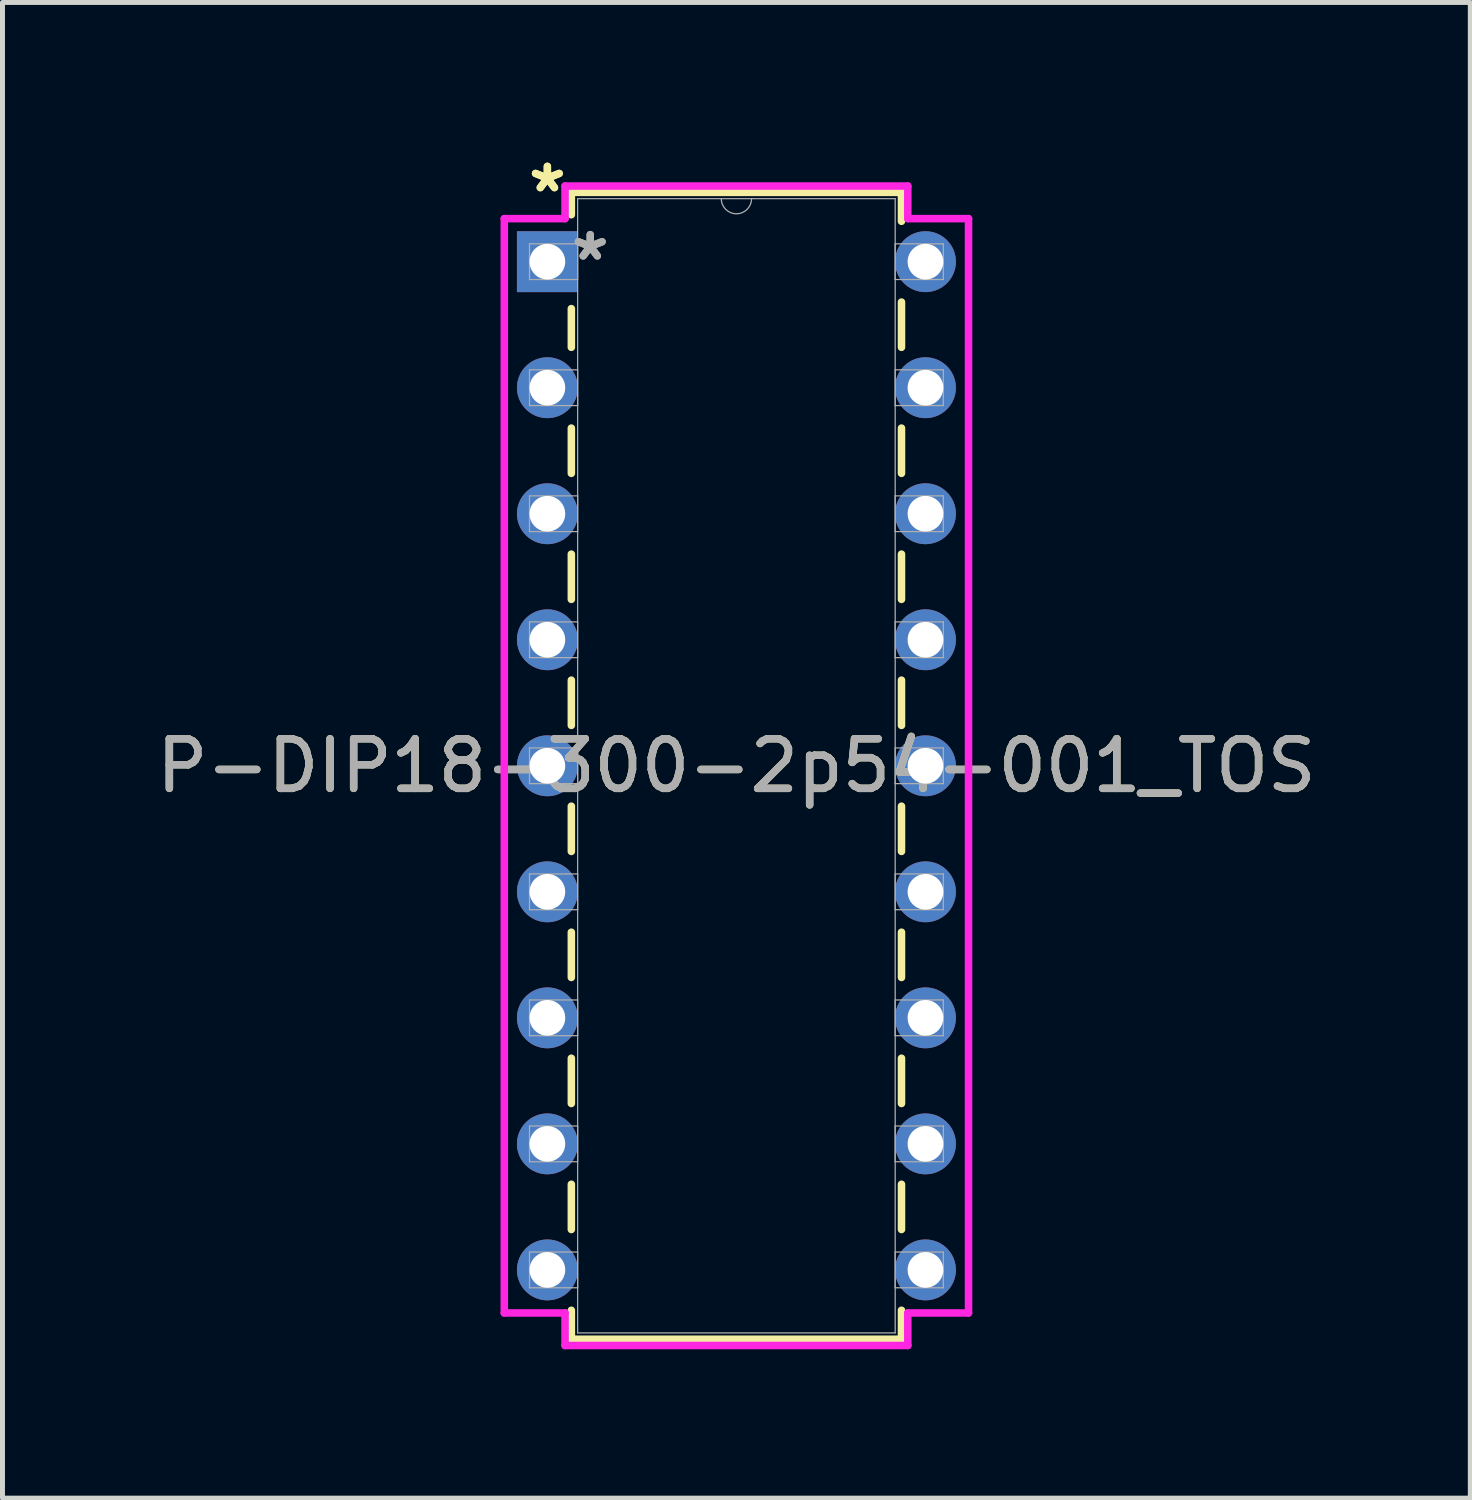
<source format=kicad_pcb>
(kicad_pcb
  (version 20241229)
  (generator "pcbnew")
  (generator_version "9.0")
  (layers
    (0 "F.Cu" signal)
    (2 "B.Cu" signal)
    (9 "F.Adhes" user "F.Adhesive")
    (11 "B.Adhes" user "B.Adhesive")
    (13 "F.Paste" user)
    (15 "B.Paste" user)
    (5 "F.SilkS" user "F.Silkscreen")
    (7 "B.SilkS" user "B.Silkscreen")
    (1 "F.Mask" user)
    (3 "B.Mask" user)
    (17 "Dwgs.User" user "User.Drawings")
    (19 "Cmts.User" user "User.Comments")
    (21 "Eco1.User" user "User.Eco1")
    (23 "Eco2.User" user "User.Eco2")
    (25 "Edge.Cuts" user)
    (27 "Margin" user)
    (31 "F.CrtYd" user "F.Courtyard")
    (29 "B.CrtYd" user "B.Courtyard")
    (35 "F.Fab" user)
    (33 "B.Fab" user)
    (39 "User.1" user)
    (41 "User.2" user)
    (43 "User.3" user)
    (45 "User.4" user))
  (footprint "P-DIP18-300-2p54-001_TOS"
    (layer "F.Cu")
    (at 7.982 2.224)
    (property "Reference" "P-DIP18-300-2p54-001_TOS" (at 3.81 10.16 0) (unlocked yes) (layer "F.SilkS") (effects (font (size 1 1) (thickness 0.15))))
    (attr through_hole)
    (fp_line (start 0.483 -1.397) (end 0.483 -0.946) (stroke (width 0.152) (type solid)) (layer "F.SilkS"))
    (fp_line (start 0.483 0.946) (end 0.483 1.726) (stroke (width 0.152) (type solid)) (layer "F.SilkS"))
    (fp_line (start 0.483 3.354) (end 0.483 4.266) (stroke (width 0.152) (type solid)) (layer "F.SilkS"))
    (fp_line (start 0.483 5.894) (end 0.483 6.806) (stroke (width 0.152) (type solid)) (layer "F.SilkS"))
    (fp_line (start 0.483 8.434) (end 0.483 9.346) (stroke (width 0.152) (type solid)) (layer "F.SilkS"))
    (fp_line (start 0.483 10.974) (end 0.483 11.886) (stroke (width 0.152) (type solid)) (layer "F.SilkS"))
    (fp_line (start 0.483 13.514) (end 0.483 14.426) (stroke (width 0.152) (type solid)) (layer "F.SilkS"))
    (fp_line (start 0.483 16.054) (end 0.483 16.966) (stroke (width 0.152) (type solid)) (layer "F.SilkS"))
    (fp_line (start 0.483 18.594) (end 0.483 19.506) (stroke (width 0.152) (type solid)) (layer "F.SilkS"))
    (fp_line (start 0.483 21.134) (end 0.483 21.717) (stroke (width 0.152) (type solid)) (layer "F.SilkS"))
    (fp_line (start 0.483 21.717) (end 7.137 21.717) (stroke (width 0.152) (type solid)) (layer "F.SilkS"))
    (fp_line (start 7.137 -1.397) (end 0.483 -1.397) (stroke (width 0.152) (type solid)) (layer "F.SilkS"))
    (fp_line (start 7.137 -0.814) (end 7.137 -1.397) (stroke (width 0.152) (type solid)) (layer "F.SilkS"))
    (fp_line (start 7.137 1.726) (end 7.137 0.814) (stroke (width 0.152) (type solid)) (layer "F.SilkS"))
    (fp_line (start 7.137 4.266) (end 7.137 3.354) (stroke (width 0.152) (type solid)) (layer "F.SilkS"))
    (fp_line (start 7.137 6.806) (end 7.137 5.894) (stroke (width 0.152) (type solid)) (layer "F.SilkS"))
    (fp_line (start 7.137 9.346) (end 7.137 8.434) (stroke (width 0.152) (type solid)) (layer "F.SilkS"))
    (fp_line (start 7.137 11.886) (end 7.137 10.974) (stroke (width 0.152) (type solid)) (layer "F.SilkS"))
    (fp_line (start 7.137 14.426) (end 7.137 13.514) (stroke (width 0.152) (type solid)) (layer "F.SilkS"))
    (fp_line (start 7.137 16.966) (end 7.137 16.054) (stroke (width 0.152) (type solid)) (layer "F.SilkS"))
    (fp_line (start 7.137 19.506) (end 7.137 18.594) (stroke (width 0.152) (type solid)) (layer "F.SilkS"))
    (fp_line (start 7.137 21.717) (end 7.137 21.134) (stroke (width 0.152) (type solid)) (layer "F.SilkS"))
    (fp_line (start -0.868 -0.868) (end 0.356 -0.868) (stroke (width 0.152) (type solid)) (layer "F.CrtYd"))
    (fp_line (start -0.868 21.188) (end -0.868 -0.868) (stroke (width 0.152) (type solid)) (layer "F.CrtYd"))
    (fp_line (start 0.356 -1.524) (end 7.264 -1.524) (stroke (width 0.152) (type solid)) (layer "F.CrtYd"))
    (fp_line (start 0.356 -0.868) (end 0.356 -1.524) (stroke (width 0.152) (type solid)) (layer "F.CrtYd"))
    (fp_line (start 0.356 21.188) (end -0.868 21.188) (stroke (width 0.152) (type solid)) (layer "F.CrtYd"))
    (fp_line (start 0.356 21.844) (end 0.356 21.188) (stroke (width 0.152) (type solid)) (layer "F.CrtYd"))
    (fp_line (start 7.264 -1.524) (end 7.264 -0.868) (stroke (width 0.152) (type solid)) (layer "F.CrtYd"))
    (fp_line (start 7.264 21.188) (end 7.264 21.844) (stroke (width 0.152) (type solid)) (layer "F.CrtYd"))
    (fp_line (start 7.264 21.844) (end 0.356 21.844) (stroke (width 0.152) (type solid)) (layer "F.CrtYd"))
    (fp_line (start 8.488 -0.868) (end 7.264 -0.868) (stroke (width 0.152) (type solid)) (layer "F.CrtYd"))
    (fp_line (start 8.488 -0.868) (end 8.488 21.188) (stroke (width 0.152) (type solid)) (layer "F.CrtYd"))
    (fp_line (start 8.488 21.188) (end 7.264 21.188) (stroke (width 0.152) (type solid)) (layer "F.CrtYd"))
    (fp_line (start -0.36 -0.36) (end -0.36 0.36) (stroke (width 0.025) (type solid)) (layer "F.Fab"))
    (fp_line (start -0.36 0.36) (end 0.61 0.36) (stroke (width 0.025) (type solid)) (layer "F.Fab"))
    (fp_line (start -0.36 2.18) (end -0.36 2.9) (stroke (width 0.025) (type solid)) (layer "F.Fab"))
    (fp_line (start -0.36 2.9) (end 0.61 2.9) (stroke (width 0.025) (type solid)) (layer "F.Fab"))
    (fp_line (start -0.36 4.72) (end -0.36 5.44) (stroke (width 0.025) (type solid)) (layer "F.Fab"))
    (fp_line (start -0.36 5.44) (end 0.61 5.44) (stroke (width 0.025) (type solid)) (layer "F.Fab"))
    (fp_line (start -0.36 7.26) (end -0.36 7.98) (stroke (width 0.025) (type solid)) (layer "F.Fab"))
    (fp_line (start -0.36 7.98) (end 0.61 7.98) (stroke (width 0.025) (type solid)) (layer "F.Fab"))
    (fp_line (start -0.36 9.8) (end -0.36 10.52) (stroke (width 0.025) (type solid)) (layer "F.Fab"))
    (fp_line (start -0.36 10.52) (end 0.61 10.52) (stroke (width 0.025) (type solid)) (layer "F.Fab"))
    (fp_line (start -0.36 12.34) (end -0.36 13.06) (stroke (width 0.025) (type solid)) (layer "F.Fab"))
    (fp_line (start -0.36 13.06) (end 0.61 13.06) (stroke (width 0.025) (type solid)) (layer "F.Fab"))
    (fp_line (start -0.36 14.88) (end -0.36 15.6) (stroke (width 0.025) (type solid)) (layer "F.Fab"))
    (fp_line (start -0.36 15.6) (end 0.61 15.6) (stroke (width 0.025) (type solid)) (layer "F.Fab"))
    (fp_line (start -0.36 17.42) (end -0.36 18.14) (stroke (width 0.025) (type solid)) (layer "F.Fab"))
    (fp_line (start -0.36 18.14) (end 0.61 18.14) (stroke (width 0.025) (type solid)) (layer "F.Fab"))
    (fp_line (start -0.36 19.96) (end -0.36 20.68) (stroke (width 0.025) (type solid)) (layer "F.Fab"))
    (fp_line (start -0.36 20.68) (end 0.61 20.68) (stroke (width 0.025) (type solid)) (layer "F.Fab"))
    (fp_line (start 0.61 -1.27) (end 0.61 21.59) (stroke (width 0.025) (type solid)) (layer "F.Fab"))
    (fp_line (start 0.61 -0.36) (end -0.36 -0.36) (stroke (width 0.025) (type solid)) (layer "F.Fab"))
    (fp_line (start 0.61 0.36) (end 0.61 -0.36) (stroke (width 0.025) (type solid)) (layer "F.Fab"))
    (fp_line (start 0.61 2.18) (end -0.36 2.18) (stroke (width 0.025) (type solid)) (layer "F.Fab"))
    (fp_line (start 0.61 2.9) (end 0.61 2.18) (stroke (width 0.025) (type solid)) (layer "F.Fab"))
    (fp_line (start 0.61 4.72) (end -0.36 4.72) (stroke (width 0.025) (type solid)) (layer "F.Fab"))
    (fp_line (start 0.61 5.44) (end 0.61 4.72) (stroke (width 0.025) (type solid)) (layer "F.Fab"))
    (fp_line (start 0.61 7.26) (end -0.36 7.26) (stroke (width 0.025) (type solid)) (layer "F.Fab"))
    (fp_line (start 0.61 7.98) (end 0.61 7.26) (stroke (width 0.025) (type solid)) (layer "F.Fab"))
    (fp_line (start 0.61 9.8) (end -0.36 9.8) (stroke (width 0.025) (type solid)) (layer "F.Fab"))
    (fp_line (start 0.61 10.52) (end 0.61 9.8) (stroke (width 0.025) (type solid)) (layer "F.Fab"))
    (fp_line (start 0.61 12.34) (end -0.36 12.34) (stroke (width 0.025) (type solid)) (layer "F.Fab"))
    (fp_line (start 0.61 13.06) (end 0.61 12.34) (stroke (width 0.025) (type solid)) (layer "F.Fab"))
    (fp_line (start 0.61 14.88) (end -0.36 14.88) (stroke (width 0.025) (type solid)) (layer "F.Fab"))
    (fp_line (start 0.61 15.6) (end 0.61 14.88) (stroke (width 0.025) (type solid)) (layer "F.Fab"))
    (fp_line (start 0.61 17.42) (end -0.36 17.42) (stroke (width 0.025) (type solid)) (layer "F.Fab"))
    (fp_line (start 0.61 18.14) (end 0.61 17.42) (stroke (width 0.025) (type solid)) (layer "F.Fab"))
    (fp_line (start 0.61 19.96) (end -0.36 19.96) (stroke (width 0.025) (type solid)) (layer "F.Fab"))
    (fp_line (start 0.61 20.68) (end 0.61 19.96) (stroke (width 0.025) (type solid)) (layer "F.Fab"))
    (fp_line (start 0.61 21.59) (end 7.01 21.59) (stroke (width 0.025) (type solid)) (layer "F.Fab"))
    (fp_line (start 7.01 -1.27) (end 0.61 -1.27) (stroke (width 0.025) (type solid)) (layer "F.Fab"))
    (fp_line (start 7.01 -0.36) (end 7.01 0.36) (stroke (width 0.025) (type solid)) (layer "F.Fab"))
    (fp_line (start 7.01 0.36) (end 7.98 0.36) (stroke (width 0.025) (type solid)) (layer "F.Fab"))
    (fp_line (start 7.01 2.18) (end 7.01 2.9) (stroke (width 0.025) (type solid)) (layer "F.Fab"))
    (fp_line (start 7.01 2.9) (end 7.98 2.9) (stroke (width 0.025) (type solid)) (layer "F.Fab"))
    (fp_line (start 7.01 4.72) (end 7.01 5.44) (stroke (width 0.025) (type solid)) (layer "F.Fab"))
    (fp_line (start 7.01 5.44) (end 7.98 5.44) (stroke (width 0.025) (type solid)) (layer "F.Fab"))
    (fp_line (start 7.01 7.26) (end 7.01 7.98) (stroke (width 0.025) (type solid)) (layer "F.Fab"))
    (fp_line (start 7.01 7.98) (end 7.98 7.98) (stroke (width 0.025) (type solid)) (layer "F.Fab"))
    (fp_line (start 7.01 9.8) (end 7.01 10.52) (stroke (width 0.025) (type solid)) (layer "F.Fab"))
    (fp_line (start 7.01 10.52) (end 7.98 10.52) (stroke (width 0.025) (type solid)) (layer "F.Fab"))
    (fp_line (start 7.01 12.34) (end 7.01 13.06) (stroke (width 0.025) (type solid)) (layer "F.Fab"))
    (fp_line (start 7.01 13.06) (end 7.98 13.06) (stroke (width 0.025) (type solid)) (layer "F.Fab"))
    (fp_line (start 7.01 14.88) (end 7.01 15.6) (stroke (width 0.025) (type solid)) (layer "F.Fab"))
    (fp_line (start 7.01 15.6) (end 7.98 15.6) (stroke (width 0.025) (type solid)) (layer "F.Fab"))
    (fp_line (start 7.01 17.42) (end 7.01 18.14) (stroke (width 0.025) (type solid)) (layer "F.Fab"))
    (fp_line (start 7.01 18.14) (end 7.98 18.14) (stroke (width 0.025) (type solid)) (layer "F.Fab"))
    (fp_line (start 7.01 19.96) (end 7.01 20.68) (stroke (width 0.025) (type solid)) (layer "F.Fab"))
    (fp_line (start 7.01 20.68) (end 7.98 20.68) (stroke (width 0.025) (type solid)) (layer "F.Fab"))
    (fp_line (start 7.01 21.59) (end 7.01 -1.27) (stroke (width 0.025) (type solid)) (layer "F.Fab"))
    (fp_line (start 7.98 -0.36) (end 7.01 -0.36) (stroke (width 0.025) (type solid)) (layer "F.Fab"))
    (fp_line (start 7.98 0.36) (end 7.98 -0.36) (stroke (width 0.025) (type solid)) (layer "F.Fab"))
    (fp_line (start 7.98 2.18) (end 7.01 2.18) (stroke (width 0.025) (type solid)) (layer "F.Fab"))
    (fp_line (start 7.98 2.9) (end 7.98 2.18) (stroke (width 0.025) (type solid)) (layer "F.Fab"))
    (fp_line (start 7.98 4.72) (end 7.01 4.72) (stroke (width 0.025) (type solid)) (layer "F.Fab"))
    (fp_line (start 7.98 5.44) (end 7.98 4.72) (stroke (width 0.025) (type solid)) (layer "F.Fab"))
    (fp_line (start 7.98 7.26) (end 7.01 7.26) (stroke (width 0.025) (type solid)) (layer "F.Fab"))
    (fp_line (start 7.98 7.98) (end 7.98 7.26) (stroke (width 0.025) (type solid)) (layer "F.Fab"))
    (fp_line (start 7.98 9.8) (end 7.01 9.8) (stroke (width 0.025) (type solid)) (layer "F.Fab"))
    (fp_line (start 7.98 10.52) (end 7.98 9.8) (stroke (width 0.025) (type solid)) (layer "F.Fab"))
    (fp_line (start 7.98 12.34) (end 7.01 12.34) (stroke (width 0.025) (type solid)) (layer "F.Fab"))
    (fp_line (start 7.98 13.06) (end 7.98 12.34) (stroke (width 0.025) (type solid)) (layer "F.Fab"))
    (fp_line (start 7.98 14.88) (end 7.01 14.88) (stroke (width 0.025) (type solid)) (layer "F.Fab"))
    (fp_line (start 7.98 15.6) (end 7.98 14.88) (stroke (width 0.025) (type solid)) (layer "F.Fab"))
    (fp_line (start 7.98 17.42) (end 7.01 17.42) (stroke (width 0.025) (type solid)) (layer "F.Fab"))
    (fp_line (start 7.98 18.14) (end 7.98 17.42) (stroke (width 0.025) (type solid)) (layer "F.Fab"))
    (fp_line (start 7.98 19.96) (end 7.01 19.96) (stroke (width 0.025) (type solid)) (layer "F.Fab"))
    (fp_line (start 7.98 20.68) (end 7.98 19.96) (stroke (width 0.025) (type solid)) (layer "F.Fab"))
    (fp_arc (start 4.1148 -1.27) (mid 3.81 -0.9652) (end 3.5052 -1.27) (stroke (width 0.0254) (type solid)) (layer "F.Fab"))
    (fp_text user "*" (at 0 -1.376 0) (layer "F.SilkS") (effects (font (size 1 1) (thickness 0.15))))
    (fp_text user "*" (at 0 -1.376 0) (unlocked yes) (layer "F.SilkS") (effects (font (size 1 1) (thickness 0.15))))
    (fp_text user "*" (at 0.864 0 0) (unlocked yes) (layer "F.Fab") (effects (font (size 1 1) (thickness 0.15))))
    (fp_text user "${REFERENCE}" (at 3.81 10.16 0) (unlocked yes) (layer "F.Fab") (effects (font (size 1 1) (thickness 0.15))))
    (fp_text user "*" (at 0.864 0 0) (layer "F.Fab") (effects (font (size 1 1) (thickness 0.15))))
    (pad "1" thru_hole rect (at 0 0) (size 1.227 1.227) (drill 0.719) (layers "*.Cu" "*.Mask"))
    (pad "2" thru_hole circle (at 0 2.54) (size 1.227 1.227) (drill 0.719) (layers "*.Cu" "*.Mask"))
    (pad "3" thru_hole circle (at 0 5.08) (size 1.227 1.227) (drill 0.719) (layers "*.Cu" "*.Mask"))
    (pad "4" thru_hole circle (at 0 7.62) (size 1.227 1.227) (drill 0.719) (layers "*.Cu" "*.Mask"))
    (pad "5" thru_hole circle (at 0 10.16) (size 1.227 1.227) (drill 0.719) (layers "*.Cu" "*.Mask"))
    (pad "6" thru_hole circle (at 0 12.7) (size 1.227 1.227) (drill 0.719) (layers "*.Cu" "*.Mask"))
    (pad "7" thru_hole circle (at 0 15.24) (size 1.227 1.227) (drill 0.719) (layers "*.Cu" "*.Mask"))
    (pad "8" thru_hole circle (at 0 17.78) (size 1.227 1.227) (drill 0.719) (layers "*.Cu" "*.Mask"))
    (pad "9" thru_hole circle (at 0 20.32) (size 1.227 1.227) (drill 0.719) (layers "*.Cu" "*.Mask"))
    (pad "10" thru_hole circle (at 7.62 20.32) (size 1.227 1.227) (drill 0.719) (layers "*.Cu" "*.Mask"))
    (pad "11" thru_hole circle (at 7.62 17.78) (size 1.227 1.227) (drill 0.719) (layers "*.Cu" "*.Mask"))
    (pad "12" thru_hole circle (at 7.62 15.24) (size 1.227 1.227) (drill 0.719) (layers "*.Cu" "*.Mask"))
    (pad "13" thru_hole circle (at 7.62 12.7) (size 1.227 1.227) (drill 0.719) (layers "*.Cu" "*.Mask"))
    (pad "14" thru_hole circle (at 7.62 10.16) (size 1.227 1.227) (drill 0.719) (layers "*.Cu" "*.Mask"))
    (pad "15" thru_hole circle (at 7.62 7.62) (size 1.227 1.227) (drill 0.719) (layers "*.Cu" "*.Mask"))
    (pad "16" thru_hole circle (at 7.62 5.08) (size 1.227 1.227) (drill 0.719) (layers "*.Cu" "*.Mask"))
    (pad "17" thru_hole circle (at 7.62 2.54) (size 1.227 1.227) (drill 0.719) (layers "*.Cu" "*.Mask"))
    (pad "18" thru_hole circle (at 7.62 0) (size 1.227 1.227) (drill 0.719) (layers "*.Cu" "*.Mask")))
  (gr_rect
    (start -3 -3)
    (end 26.583 27.144)
    (stroke (width 0.1) (type default))
    (fill no)
    (layer "Edge.Cuts")))
</source>
